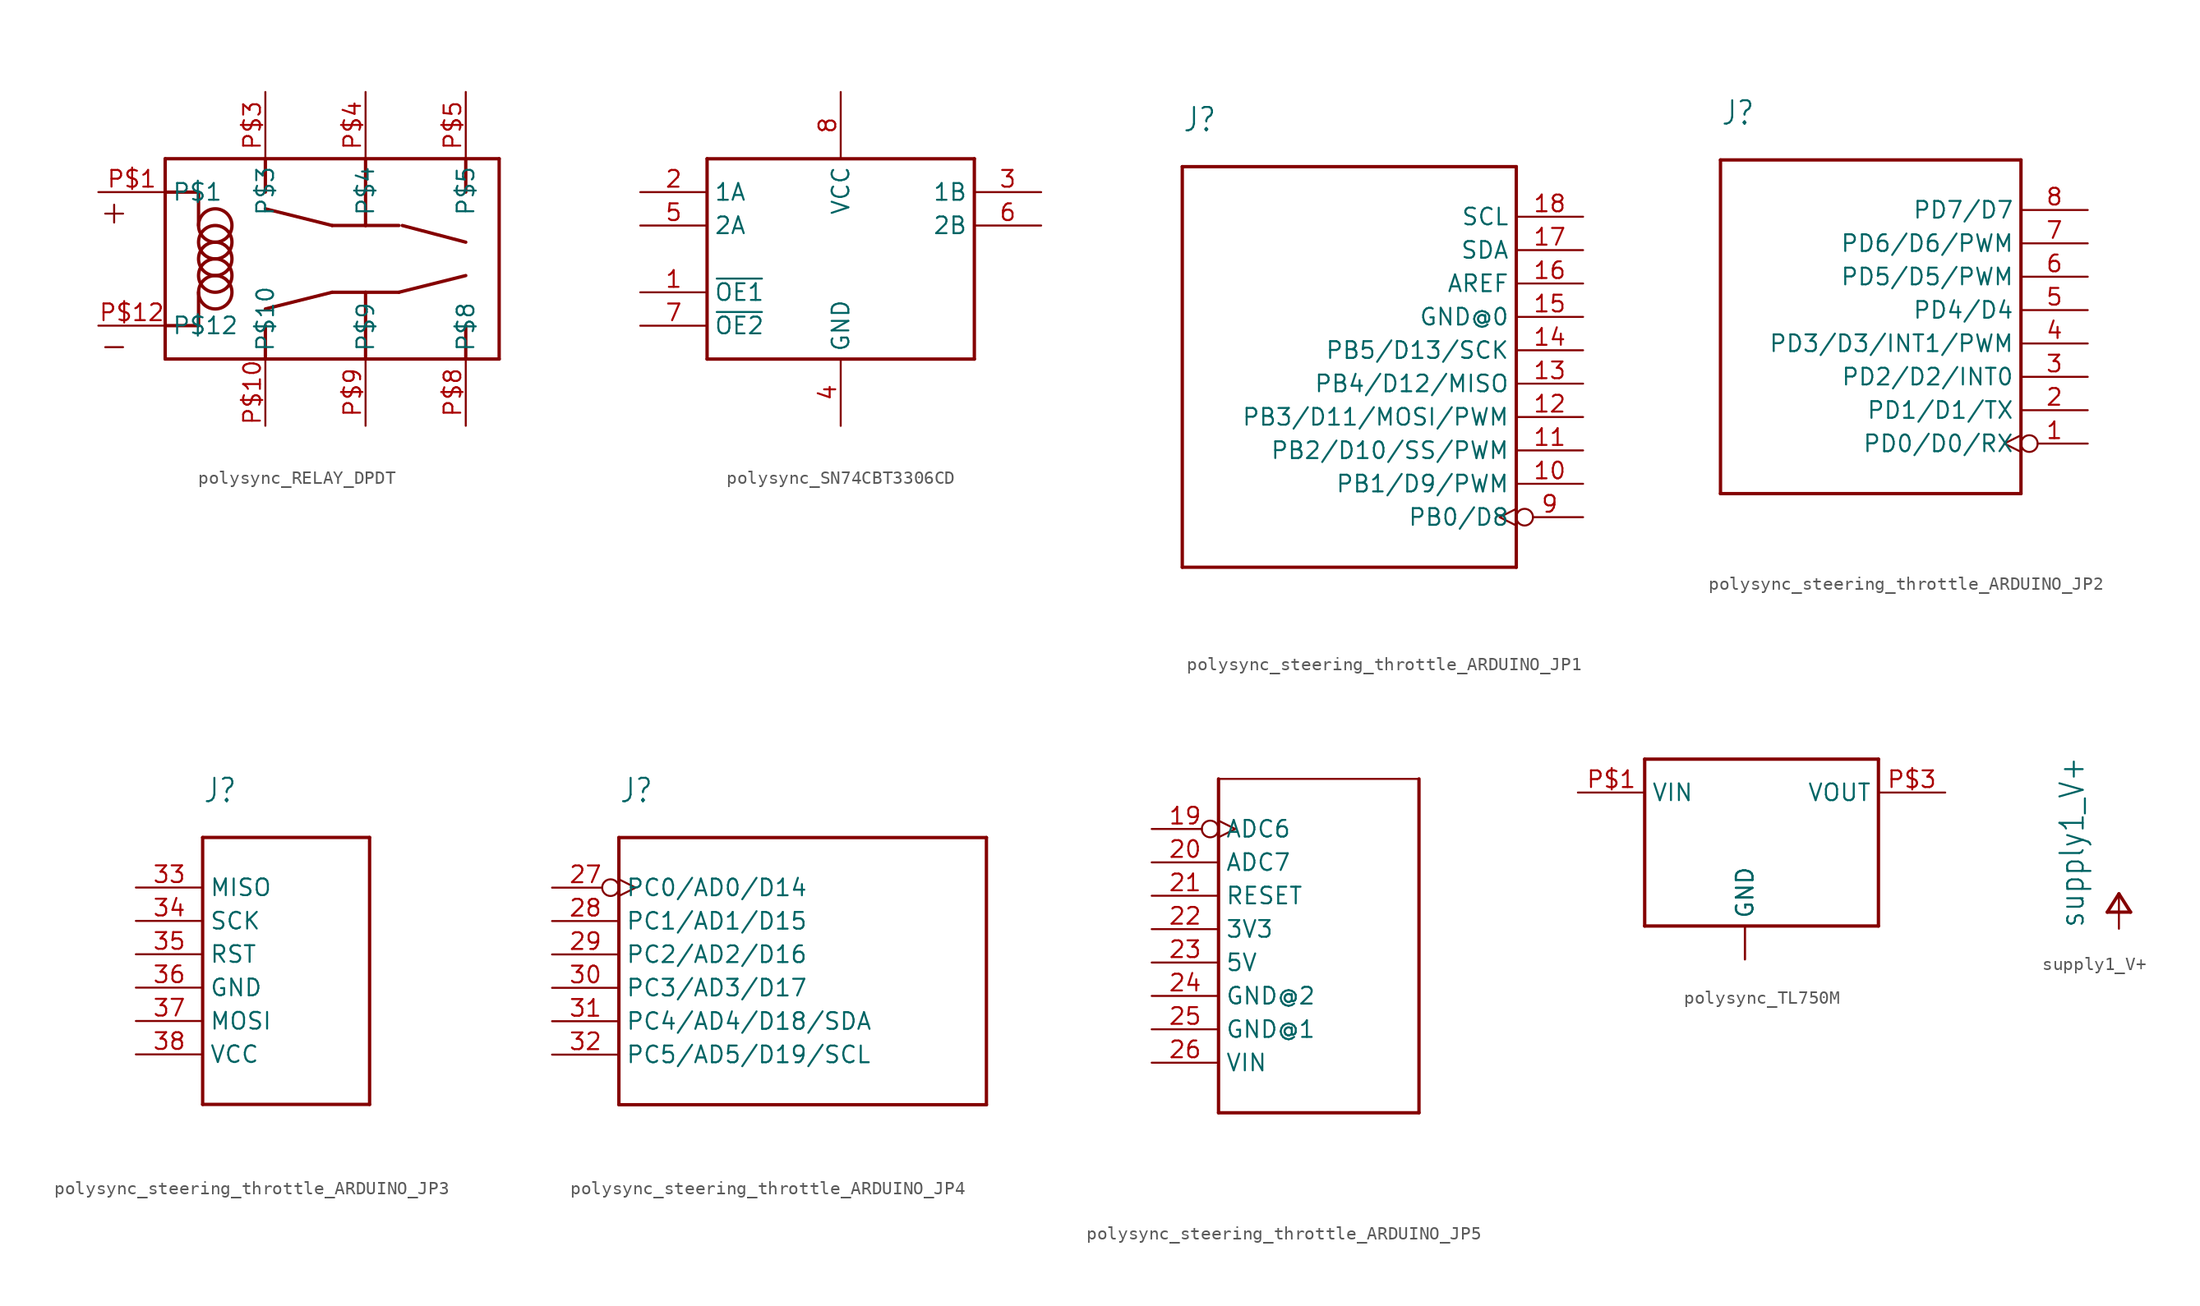
<source format=kicad_sym>
(kicad_symbol_lib
  (version 20220914)
  (generator kicad_symbol_editor)
  (symbol "polysync_RELAY_DPDT"
    (property "Reference" ""
      (at -15.24 10.16 0)
      (effects (font (size 1.778 1.778)) (justify left bottom) hide))
    (property "Value" ""
      (at -15.24 -12.7 0)
      (effects (font (size 1.778 1.778)) (justify left bottom)))
    (property "ki_locked" ""
      (at 0 0 0)
      (effects (font (size 1.27 1.27))))
    (symbol "polysync_RELAY_DPDT_1_0"
      (circle (center -6.35 -2.54) (radius 1.27) (stroke (width 0.254) (type solid)) (fill (type none)))
      (circle (center -6.35 -1.27) (radius 1.27) (stroke (width 0.254) (type solid)) (fill (type none)))
      (circle (center -6.35 0) (radius 1.27) (stroke (width 0.254) (type solid)) (fill (type none)))
      (circle (center -6.35 1.27) (radius 1.27) (stroke (width 0.254) (type solid)) (fill (type none)))
      (circle (center -6.35 2.54) (radius 1.27) (stroke (width 0.254) (type solid)) (fill (type none)))
      (polyline (pts (xy -10.16 -7.62) (xy -10.16 7.62)) (stroke (width 0.254) (type solid)) (fill (type none)))
      (polyline (pts (xy -10.16 -5.08) (xy -7.62 -5.08)) (stroke (width 0.254) (type solid)) (fill (type none)))
      (polyline (pts (xy -10.16 5.08) (xy -7.62 5.08)) (stroke (width 0.254) (type solid)) (fill (type none)))
      (polyline (pts (xy -10.16 7.62) (xy 15.24 7.62)) (stroke (width 0.254) (type solid)) (fill (type none)))
      (polyline (pts (xy -7.62 -5.08) (xy -7.62 -2.54)) (stroke (width 0.254) (type solid)) (fill (type none)))
      (polyline (pts (xy -7.62 5.08) (xy -7.62 2.54)) (stroke (width 0.254) (type solid)) (fill (type none)))
      (polyline (pts (xy -2.54 -7.62) (xy -2.54 -5.08)) (stroke (width 0.254) (type solid)) (fill (type none)))
      (polyline (pts (xy -2.54 7.62) (xy -2.54 5.08)) (stroke (width 0.254) (type solid)) (fill (type none)))
      (polyline (pts (xy 2.54 -2.54) (xy -2.54 -3.81)) (stroke (width 0.254) (type solid)) (fill (type none)))
      (polyline (pts (xy 2.54 -2.54) (xy 5.08 -2.54)) (stroke (width 0.254) (type solid)) (fill (type none)))
      (polyline (pts (xy 2.54 2.54) (xy -2.54 3.81)) (stroke (width 0.254) (type solid)) (fill (type none)))
      (polyline (pts (xy 2.54 2.54) (xy 5.08 2.54)) (stroke (width 0.254) (type solid)) (fill (type none)))
      (polyline (pts (xy 5.08 -7.62) (xy 5.08 -2.54)) (stroke (width 0.254) (type solid)) (fill (type none)))
      (polyline (pts (xy 5.08 -2.54) (xy 7.62 -2.54)) (stroke (width 0.254) (type solid)) (fill (type none)))
      (polyline (pts (xy 5.08 2.54) (xy 7.62 2.54)) (stroke (width 0.254) (type solid)) (fill (type none)))
      (polyline (pts (xy 5.08 7.62) (xy 5.08 2.54)) (stroke (width 0.254) (type solid)) (fill (type none)))
      (polyline (pts (xy 7.62 -2.54) (xy 12.7 -1.27)) (stroke (width 0.254) (type solid)) (fill (type none)))
      (polyline (pts (xy 7.874 2.54) (xy 12.7 1.27)) (stroke (width 0.254) (type solid)) (fill (type none)))
      (polyline (pts (xy 12.7 -7.62) (xy 12.7 -5.08)) (stroke (width 0.254) (type solid)) (fill (type none)))
      (polyline (pts (xy 12.7 7.62) (xy 12.7 5.08)) (stroke (width 0.254) (type solid)) (fill (type none)))
      (polyline (pts (xy 15.24 -7.62) (xy -10.16 -7.62)) (stroke (width 0.254) (type solid)) (fill (type none)))
      (polyline (pts (xy 15.24 7.62) (xy 15.24 -7.62)) (stroke (width 0.254) (type solid)) (fill (type none)))
      (text "+" (at -15.24 2.54 0) (effects (font (size 1.778 1.778)) (justify left bottom)))
      (text "-" (at -15.24 -7.62 0) (effects (font (size 1.778 1.778)) (justify left bottom)))
      (pin bidirectional line (at -15.24 5.08 0) (length 5.08) (name "P$1" (effects (font (size 1.27 1.27)))) (number "P$1" (effects (font (size 1.27 1.27)))))
      (pin bidirectional line (at -2.54 -12.7 90) (length 5.08) (name "P$10" (effects (font (size 1.27 1.27)))) (number "P$10" (effects (font (size 1.27 1.27)))))
      (pin bidirectional line (at -15.24 -5.08 0) (length 5.08) (name "P$12" (effects (font (size 1.27 1.27)))) (number "P$12" (effects (font (size 1.27 1.27)))))
      (pin bidirectional line (at -2.54 12.7 270) (length 5.08) (name "P$3" (effects (font (size 1.27 1.27)))) (number "P$3" (effects (font (size 1.27 1.27)))))
      (pin bidirectional line (at 5.08 12.7 270) (length 5.08) (name "P$4" (effects (font (size 1.27 1.27)))) (number "P$4" (effects (font (size 1.27 1.27)))))
      (pin bidirectional line (at 12.7 12.7 270) (length 5.08) (name "P$5" (effects (font (size 1.27 1.27)))) (number "P$5" (effects (font (size 1.27 1.27)))))
      (pin bidirectional line (at 12.7 -12.7 90) (length 5.08) (name "P$8" (effects (font (size 1.27 1.27)))) (number "P$8" (effects (font (size 1.27 1.27)))))
      (pin bidirectional line (at 5.08 -12.7 90) (length 5.08) (name "P$9" (effects (font (size 1.27 1.27)))) (number "P$9" (effects (font (size 1.27 1.27)))))))
  (symbol "polysync_SN74CBT3306CD"
    (property "Reference" ""
      (at 2.54 7.62 0)
      (effects (font (size 1.778 1.511)) (justify left bottom) hide))
    (property "Value" ""
      (at 2.54 -12.7 0)
      (effects (font (size 1.778 1.511)) (justify left bottom)))
    (property "ki_locked" ""
      (at 0 0 0)
      (effects (font (size 1.27 1.27))))
    (symbol "polysync_SN74CBT3306CD_1_0"
      (polyline (pts (xy -10.16 -10.16) (xy -10.16 5.08)) (stroke (width 0.254) (type solid)) (fill (type none)))
      (polyline (pts (xy -10.16 5.08) (xy 10.16 5.08)) (stroke (width 0.254) (type solid)) (fill (type none)))
      (polyline (pts (xy 10.16 -10.16) (xy -10.16 -10.16)) (stroke (width 0.254) (type solid)) (fill (type none)))
      (polyline (pts (xy 10.16 5.08) (xy 10.16 -10.16)) (stroke (width 0.254) (type solid)) (fill (type none)))
      (pin bidirectional line (at -15.24 -5.08 0) (length 5.08) (name "~{OE1}" (effects (font (size 1.27 1.27)))) (number "1" (effects (font (size 1.27 1.27)))))
      (pin bidirectional line (at -15.24 2.54 0) (length 5.08) (name "1A" (effects (font (size 1.27 1.27)))) (number "2" (effects (font (size 1.27 1.27)))))
      (pin bidirectional line (at 15.24 2.54 180) (length 5.08) (name "1B" (effects (font (size 1.27 1.27)))) (number "3" (effects (font (size 1.27 1.27)))))
      (pin bidirectional line (at 0 -15.24 90) (length 5.08) (name "GND" (effects (font (size 1.27 1.27)))) (number "4" (effects (font (size 1.27 1.27)))))
      (pin bidirectional line (at -15.24 0 0) (length 5.08) (name "2A" (effects (font (size 1.27 1.27)))) (number "5" (effects (font (size 1.27 1.27)))))
      (pin bidirectional line (at 15.24 0 180) (length 5.08) (name "2B" (effects (font (size 1.27 1.27)))) (number "6" (effects (font (size 1.27 1.27)))))
      (pin bidirectional line (at -15.24 -7.62 0) (length 5.08) (name "~{OE2}" (effects (font (size 1.27 1.27)))) (number "7" (effects (font (size 1.27 1.27)))))
      (pin bidirectional line (at 0 10.16 270) (length 5.08) (name "VCC" (effects (font (size 1.27 1.27)))) (number "8" (effects (font (size 1.27 1.27)))))))
  (symbol "polysync_steering_throttle_ARDUINO_JP1"
    (property "Reference" "J"
      (at -15.24 17.78 0)
      (effects (font (size 1.778 1.511)) (justify left bottom)))
    (property "Value" ""
      (at -15.24 -17.78 0)
      (effects (font (size 1.778 1.511)) (justify left bottom)))
    (property "ki_locked" ""
      (at 0 0 0)
      (effects (font (size 1.27 1.27))))
    (symbol "polysync_steering_throttle_ARDUINO_JP1_1_0"
      (polyline (pts (xy -15.24 -15.24) (xy 10.16 -15.24)) (stroke (width 0.254) (type solid)) (fill (type none)))
      (polyline (pts (xy -15.24 15.24) (xy -15.24 -15.24)) (stroke (width 0.254) (type solid)) (fill (type none)))
      (polyline (pts (xy 10.16 -15.24) (xy 10.16 15.24)) (stroke (width 0.254) (type solid)) (fill (type none)))
      (polyline (pts (xy 10.16 15.24) (xy -15.24 15.24)) (stroke (width 0.254) (type solid)) (fill (type none)))
      (pin bidirectional line (at 15.24 -8.89 180) (length 5.08) (name "PB1/D9/PWM" (effects (font (size 1.27 1.27)))) (number "10" (effects (font (size 1.27 1.27)))))
      (pin bidirectional line (at 15.24 -6.35 180) (length 5.08) (name "PB2/D10/SS/PWM" (effects (font (size 1.27 1.27)))) (number "11" (effects (font (size 1.27 1.27)))))
      (pin bidirectional line (at 15.24 -3.81 180) (length 5.08) (name "PB3/D11/MOSI/PWM" (effects (font (size 1.27 1.27)))) (number "12" (effects (font (size 1.27 1.27)))))
      (pin bidirectional line (at 15.24 -1.27 180) (length 5.08) (name "PB4/D12/MISO" (effects (font (size 1.27 1.27)))) (number "13" (effects (font (size 1.27 1.27)))))
      (pin bidirectional line (at 15.24 1.27 180) (length 5.08) (name "PB5/D13/SCK" (effects (font (size 1.27 1.27)))) (number "14" (effects (font (size 1.27 1.27)))))
      (pin bidirectional line (at 15.24 3.81 180) (length 5.08) (name "GND@0" (effects (font (size 1.27 1.27)))) (number "15" (effects (font (size 1.27 1.27)))))
      (pin bidirectional line (at 15.24 6.35 180) (length 5.08) (name "AREF" (effects (font (size 1.27 1.27)))) (number "16" (effects (font (size 1.27 1.27)))))
      (pin bidirectional line (at 15.24 8.89 180) (length 5.08) (name "SDA" (effects (font (size 1.27 1.27)))) (number "17" (effects (font (size 1.27 1.27)))))
      (pin bidirectional line (at 15.24 11.43 180) (length 5.08) (name "SCL" (effects (font (size 1.27 1.27)))) (number "18" (effects (font (size 1.27 1.27)))))
      (pin bidirectional inverted_clock (at 15.24 -11.43 180) (length 5.08) (name "PB0/D8" (effects (font (size 1.27 1.27)))) (number "9" (effects (font (size 1.27 1.27)))))))
  (symbol "polysync_steering_throttle_ARDUINO_JP2"
    (property "Reference" "J"
      (at -17.78 15.24 0)
      (effects (font (size 1.778 1.511)) (justify left bottom)))
    (property "Value" ""
      (at -17.78 -15.24 0)
      (effects (font (size 1.778 1.511)) (justify left bottom)))
    (property "ki_locked" ""
      (at 0 0 0)
      (effects (font (size 1.27 1.27))))
    (symbol "polysync_steering_throttle_ARDUINO_JP2_1_0"
      (polyline (pts (xy -17.78 -12.7) (xy -17.78 12.7)) (stroke (width 0.254) (type solid)) (fill (type none)))
      (polyline (pts (xy -17.78 12.7) (xy 5.08 12.7)) (stroke (width 0.254) (type solid)) (fill (type none)))
      (polyline (pts (xy 5.08 -12.7) (xy -17.78 -12.7)) (stroke (width 0.254) (type solid)) (fill (type none)))
      (polyline (pts (xy 5.08 12.7) (xy 5.08 -12.7)) (stroke (width 0.254) (type solid)) (fill (type none)))
      (pin bidirectional inverted_clock (at 10.16 -8.89 180) (length 5.08) (name "PD0/D0/RX" (effects (font (size 1.27 1.27)))) (number "1" (effects (font (size 1.27 1.27)))))
      (pin bidirectional line (at 10.16 -6.35 180) (length 5.08) (name "PD1/D1/TX" (effects (font (size 1.27 1.27)))) (number "2" (effects (font (size 1.27 1.27)))))
      (pin bidirectional line (at 10.16 -3.81 180) (length 5.08) (name "PD2/D2/INT0" (effects (font (size 1.27 1.27)))) (number "3" (effects (font (size 1.27 1.27)))))
      (pin bidirectional line (at 10.16 -1.27 180) (length 5.08) (name "PD3/D3/INT1/PWM" (effects (font (size 1.27 1.27)))) (number "4" (effects (font (size 1.27 1.27)))))
      (pin bidirectional line (at 10.16 1.27 180) (length 5.08) (name "PD4/D4" (effects (font (size 1.27 1.27)))) (number "5" (effects (font (size 1.27 1.27)))))
      (pin bidirectional line (at 10.16 3.81 180) (length 5.08) (name "PD5/D5/PWM" (effects (font (size 1.27 1.27)))) (number "6" (effects (font (size 1.27 1.27)))))
      (pin bidirectional line (at 10.16 6.35 180) (length 5.08) (name "PD6/D6/PWM" (effects (font (size 1.27 1.27)))) (number "7" (effects (font (size 1.27 1.27)))))
      (pin bidirectional line (at 10.16 8.89 180) (length 5.08) (name "PD7/D7" (effects (font (size 1.27 1.27)))) (number "8" (effects (font (size 1.27 1.27)))))))
  (symbol "polysync_steering_throttle_ARDUINO_JP3"
    (property "Reference" "J"
      (at -7.62 12.7 0)
      (effects (font (size 1.778 1.511)) (justify left bottom)))
    (property "Value" ""
      (at -7.62 -12.7 0)
      (effects (font (size 1.778 1.511)) (justify left bottom)))
    (property "ki_locked" ""
      (at 0 0 0)
      (effects (font (size 1.27 1.27))))
    (symbol "polysync_steering_throttle_ARDUINO_JP3_1_0"
      (polyline (pts (xy -7.62 -10.16) (xy 5.08 -10.16)) (stroke (width 0.254) (type solid)) (fill (type none)))
      (polyline (pts (xy -7.62 10.16) (xy -7.62 -10.16)) (stroke (width 0.254) (type solid)) (fill (type none)))
      (polyline (pts (xy 5.08 -10.16) (xy 5.08 10.16)) (stroke (width 0.254) (type solid)) (fill (type none)))
      (polyline (pts (xy 5.08 10.16) (xy -7.62 10.16)) (stroke (width 0.254) (type solid)) (fill (type none)))
      (pin bidirectional line (at -12.7 6.35 0) (length 5.08) (name "MISO" (effects (font (size 1.27 1.27)))) (number "33" (effects (font (size 1.27 1.27)))))
      (pin bidirectional line (at -12.7 3.81 0) (length 5.08) (name "SCK" (effects (font (size 1.27 1.27)))) (number "34" (effects (font (size 1.27 1.27)))))
      (pin bidirectional line (at -12.7 1.27 0) (length 5.08) (name "RST" (effects (font (size 1.27 1.27)))) (number "35" (effects (font (size 1.27 1.27)))))
      (pin bidirectional line (at -12.7 -1.27 0) (length 5.08) (name "GND" (effects (font (size 1.27 1.27)))) (number "36" (effects (font (size 1.27 1.27)))))
      (pin bidirectional line (at -12.7 -3.81 0) (length 5.08) (name "MOSI" (effects (font (size 1.27 1.27)))) (number "37" (effects (font (size 1.27 1.27)))))
      (pin bidirectional line (at -12.7 -6.35 0) (length 5.08) (name "VCC" (effects (font (size 1.27 1.27)))) (number "38" (effects (font (size 1.27 1.27)))))))
  (symbol "polysync_steering_throttle_ARDUINO_JP4"
    (property "Reference" "J"
      (at -22.86 12.7 0)
      (effects (font (size 1.778 1.511)) (justify left bottom)))
    (property "Value" ""
      (at -22.86 -12.7 0)
      (effects (font (size 1.778 1.511)) (justify left bottom)))
    (property "ki_locked" ""
      (at 0 0 0)
      (effects (font (size 1.27 1.27))))
    (symbol "polysync_steering_throttle_ARDUINO_JP4_1_0"
      (polyline (pts (xy -22.86 -10.16) (xy 5.08 -10.16)) (stroke (width 0.254) (type solid)) (fill (type none)))
      (polyline (pts (xy -22.86 10.16) (xy -22.86 -10.16)) (stroke (width 0.254) (type solid)) (fill (type none)))
      (polyline (pts (xy 5.08 -10.16) (xy 5.08 10.16)) (stroke (width 0.254) (type solid)) (fill (type none)))
      (polyline (pts (xy 5.08 10.16) (xy -22.86 10.16)) (stroke (width 0.254) (type solid)) (fill (type none)))
      (pin bidirectional inverted_clock (at -27.94 6.35 0) (length 5.08) (name "PC0/AD0/D14" (effects (font (size 1.27 1.27)))) (number "27" (effects (font (size 1.27 1.27)))))
      (pin bidirectional line (at -27.94 3.81 0) (length 5.08) (name "PC1/AD1/D15" (effects (font (size 1.27 1.27)))) (number "28" (effects (font (size 1.27 1.27)))))
      (pin bidirectional line (at -27.94 1.27 0) (length 5.08) (name "PC2/AD2/D16" (effects (font (size 1.27 1.27)))) (number "29" (effects (font (size 1.27 1.27)))))
      (pin bidirectional line (at -27.94 -1.27 0) (length 5.08) (name "PC3/AD3/D17" (effects (font (size 1.27 1.27)))) (number "30" (effects (font (size 1.27 1.27)))))
      (pin bidirectional line (at -27.94 -3.81 0) (length 5.08) (name "PC4/AD4/D18/SDA" (effects (font (size 1.27 1.27)))) (number "31" (effects (font (size 1.27 1.27)))))
      (pin bidirectional line (at -27.94 -6.35 0) (length 5.08) (name "PC5/AD5/D19/SCL" (effects (font (size 1.27 1.27)))) (number "32" (effects (font (size 1.27 1.27)))))))
  (symbol "polysync_steering_throttle_ARDUINO_JP5"
    (property "Reference" ""
      (at -22.86 25.4 0)
      (effects (font (size 1.778 1.511)) (justify left bottom) hide))
    (property "Value" ""
      (at -22.86 -7.62 0)
      (effects (font (size 1.778 1.511)) (justify left bottom)))
    (property "ki_locked" ""
      (at 0 0 0)
      (effects (font (size 1.27 1.27))))
    (symbol "polysync_steering_throttle_ARDUINO_JP5_1_0"
      (polyline (pts (xy -22.86 -2.54) (xy -7.62 -2.54)) (stroke (width 0.254) (type solid)) (fill (type none)))
      (polyline (pts (xy -22.86 22.86) (xy -22.86 -2.54)) (stroke (width 0.254) (type solid)) (fill (type none)))
      (polyline (pts (xy -22.86 22.86) (xy -7.62 22.86)) (stroke (width 0.152) (type solid)) (fill (type none)))
      (polyline (pts (xy -7.62 22.86) (xy -7.62 -2.54)) (stroke (width 0.254) (type solid)) (fill (type none)))
      (pin bidirectional inverted_clock (at -27.94 19.05 0) (length 5.08) (name "ADC6" (effects (font (size 1.27 1.27)))) (number "19" (effects (font (size 1.27 1.27)))))
      (pin bidirectional line (at -27.94 16.51 0) (length 5.08) (name "ADC7" (effects (font (size 1.27 1.27)))) (number "20" (effects (font (size 1.27 1.27)))))
      (pin bidirectional line (at -27.94 13.97 0) (length 5.08) (name "RESET" (effects (font (size 1.27 1.27)))) (number "21" (effects (font (size 1.27 1.27)))))
      (pin bidirectional line (at -27.94 11.43 0) (length 5.08) (name "3V3" (effects (font (size 1.27 1.27)))) (number "22" (effects (font (size 1.27 1.27)))))
      (pin bidirectional line (at -27.94 8.89 0) (length 5.08) (name "5V" (effects (font (size 1.27 1.27)))) (number "23" (effects (font (size 1.27 1.27)))))
      (pin bidirectional line (at -27.94 6.35 0) (length 5.08) (name "GND@2" (effects (font (size 1.27 1.27)))) (number "24" (effects (font (size 1.27 1.27)))))
      (pin bidirectional line (at -27.94 3.81 0) (length 5.08) (name "GND@1" (effects (font (size 1.27 1.27)))) (number "25" (effects (font (size 1.27 1.27)))))
      (pin bidirectional line (at -27.94 1.27 0) (length 5.08) (name "VIN" (effects (font (size 1.27 1.27)))) (number "26" (effects (font (size 1.27 1.27)))))))
  (symbol "polysync_TL750M"
    (property "Reference" ""
      (at -7.62 5.08 0)
      (effects (font (size 1.27 1.079)) (justify left bottom) hide))
    (property "Value" ""
      (at 2.54 -12.7 0)
      (effects (font (size 1.27 1.079)) (justify left bottom)))
    (property "ki_locked" ""
      (at 0 0 0)
      (effects (font (size 1.27 1.27))))
    (symbol "polysync_TL750M_1_0"
      (polyline (pts (xy -7.62 -10.16) (xy -7.62 2.54)) (stroke (width 0.254) (type solid)) (fill (type none)))
      (polyline (pts (xy -7.62 2.54) (xy 10.16 2.54)) (stroke (width 0.254) (type solid)) (fill (type none)))
      (polyline (pts (xy 10.16 -10.16) (xy -7.62 -10.16)) (stroke (width 0.254) (type solid)) (fill (type none)))
      (polyline (pts (xy 10.16 2.54) (xy 10.16 -10.16)) (stroke (width 0.254) (type solid)) (fill (type none)))
      (pin bidirectional line (at -12.7 0 0) (length 5.08) (name "VIN" (effects (font (size 1.27 1.27)))) (number "P$1" (effects (font (size 1.27 1.27)))))
      (pin bidirectional line (at 0 -12.7 90) (length 2.54) (name "GND" (effects (font (size 1.27 1.27)))) (number "P$2" (effects (font (size 0 0)))))
      (pin bidirectional line (at 15.24 0 180) (length 5.08) (name "VOUT" (effects (font (size 1.27 1.27)))) (number "P$3" (effects (font (size 1.27 1.27)))))
      (pin bidirectional line (at 0 -12.7 90) (length 2.54) (name "GND" (effects (font (size 1.27 1.27)))) (number "P$4" (effects (font (size 0 0)))))))
  (symbol "supply1_V+"
    (power)
    (property "Reference" "#P+"
      (at 0 0 0)
      (effects (font (size 1.27 1.27)) hide))
    (property "Value" "supply1_V+"
      (at -2.54 -2.54 90)
      (effects (font (size 1.778 1.511)) (justify left bottom)))
    (property "ki_locked" ""
      (at 0 0 0)
      (effects (font (size 1.27 1.27))))
    (symbol "supply1_V+_1_0"
      (polyline (pts (xy -0.889 -1.27) (xy 0.889 -1.27)) (stroke (width 0.254) (type solid)) (fill (type none)))
      (polyline (pts (xy 0 0.127) (xy -0.889 -1.27)) (stroke (width 0.254) (type solid)) (fill (type none)))
      (polyline (pts (xy 0.889 -1.27) (xy 0 0.127)) (stroke (width 0.254) (type solid)) (fill (type none)))
      (pin power_in line (at 0 -2.54 90) (length 2.54) (name "V+" (effects (font (size 0 0)))) (number "1" (effects (font (size 0 0))))))))
</source>
